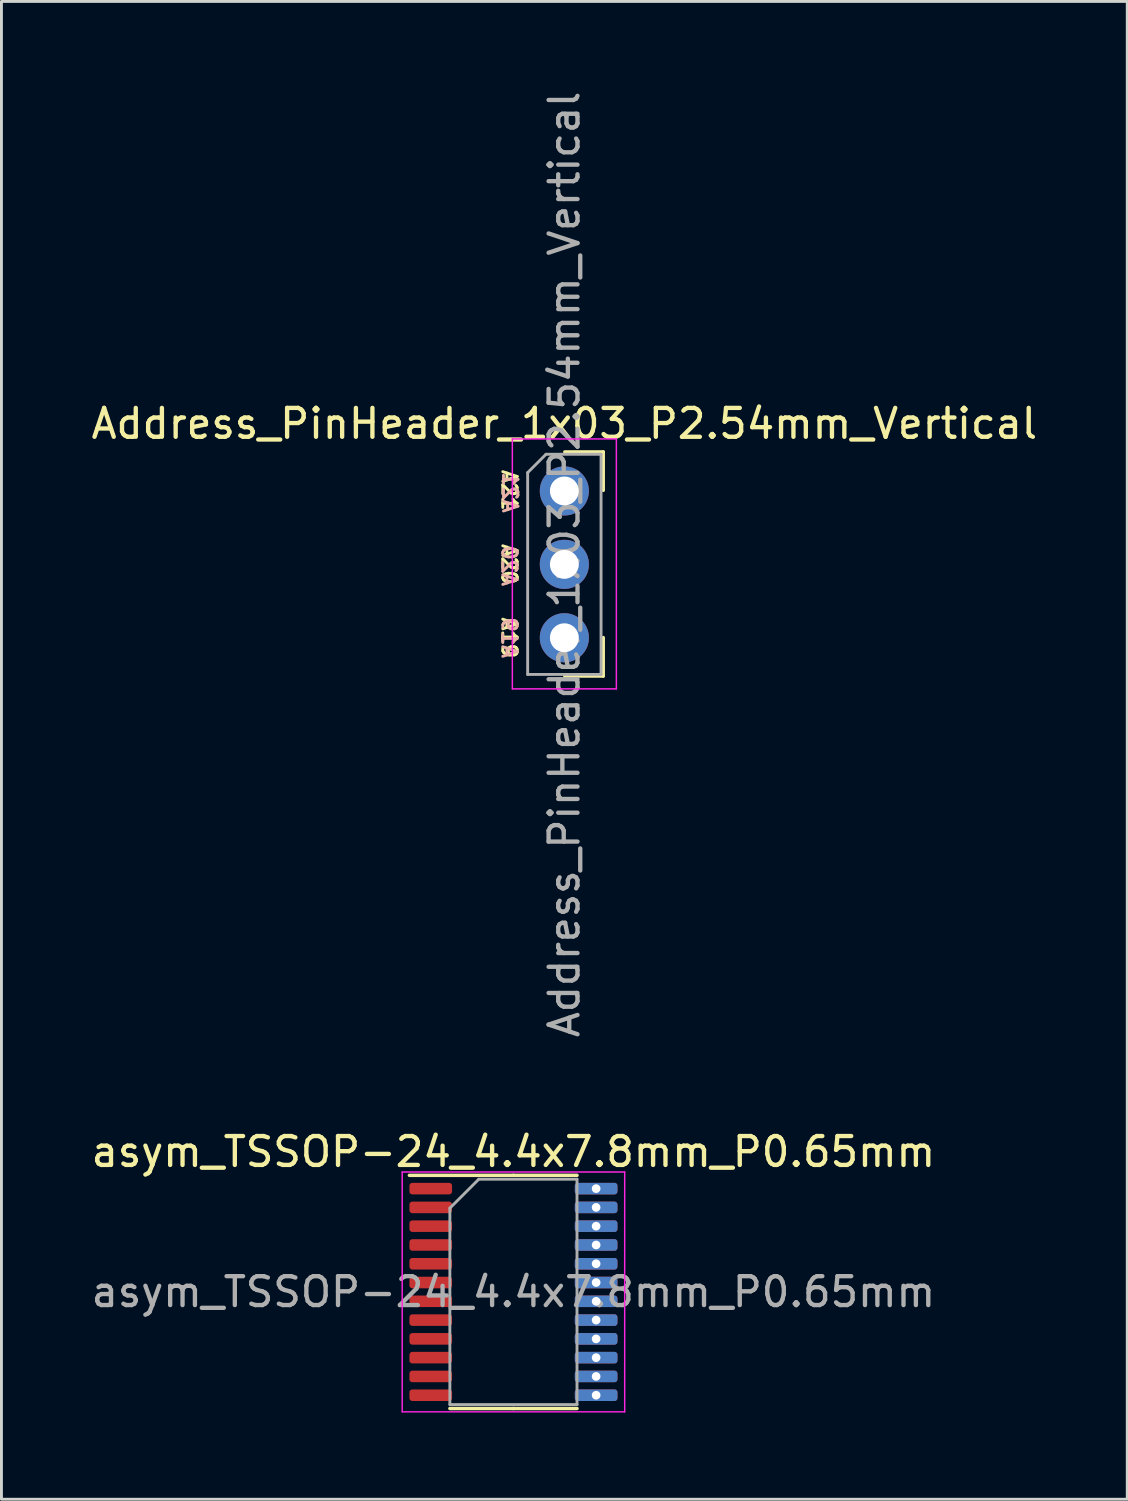
<source format=kicad_pcb>
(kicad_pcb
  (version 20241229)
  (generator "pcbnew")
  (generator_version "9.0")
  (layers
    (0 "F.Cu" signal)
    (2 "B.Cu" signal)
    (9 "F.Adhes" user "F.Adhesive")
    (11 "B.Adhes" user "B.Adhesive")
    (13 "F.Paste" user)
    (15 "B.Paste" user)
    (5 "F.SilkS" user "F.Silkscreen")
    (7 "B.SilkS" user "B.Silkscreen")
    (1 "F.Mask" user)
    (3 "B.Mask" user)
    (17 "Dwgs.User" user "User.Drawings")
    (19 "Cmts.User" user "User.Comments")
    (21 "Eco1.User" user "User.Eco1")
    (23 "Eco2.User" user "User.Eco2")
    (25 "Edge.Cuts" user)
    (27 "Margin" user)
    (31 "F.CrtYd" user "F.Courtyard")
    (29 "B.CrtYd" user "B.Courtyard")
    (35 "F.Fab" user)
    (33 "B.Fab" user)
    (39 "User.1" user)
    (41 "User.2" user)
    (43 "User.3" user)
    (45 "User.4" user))
  (footprint "Address_PinHeader_1x03_P2.54mm_Vertical"
    (layer "F.Cu")
    (at 16.482 13.942)
    (property "Reference" "Address_PinHeader_1x03_P2.54mm_Vertical" (at 0 -2.33 0) (layer "F.SilkS") (effects (font (size 1 1) (thickness 0.15))))
    (attr through_hole)
    (fp_line (start 0.016 -1.351) (end 1.346 -1.351) (stroke (width 0.12) (type solid)) (layer "F.SilkS"))
    (fp_line (start 0.016 6.405) (end 1.346 6.405) (stroke (width 0.12) (type solid)) (layer "F.SilkS"))
    (fp_line (start 1.346 -0.021) (end 1.346 -1.351) (stroke (width 0.12) (type solid)) (layer "F.SilkS"))
    (fp_line (start 1.346 6.405) (end 1.346 5.075) (stroke (width 0.12) (type solid)) (layer "F.SilkS"))
    (fp_line (start -1.8 -1.8) (end -1.8 6.85) (stroke (width 0.05) (type solid)) (layer "F.CrtYd"))
    (fp_line (start -1.8 6.85) (end 1.8 6.85) (stroke (width 0.05) (type solid)) (layer "F.CrtYd"))
    (fp_line (start 1.8 -1.8) (end -1.8 -1.8) (stroke (width 0.05) (type solid)) (layer "F.CrtYd"))
    (fp_line (start 1.8 6.85) (end 1.8 -1.8) (stroke (width 0.05) (type solid)) (layer "F.CrtYd"))
    (fp_line (start -1.27 -0.635) (end -0.635 -1.27) (stroke (width 0.1) (type solid)) (layer "F.Fab"))
    (fp_line (start -1.27 6.35) (end -1.27 -0.635) (stroke (width 0.1) (type solid)) (layer "F.Fab"))
    (fp_line (start -0.635 -1.27) (end 1.27 -1.27) (stroke (width 0.1) (type solid)) (layer "F.Fab"))
    (fp_line (start 1.27 -1.27) (end 1.27 6.35) (stroke (width 0.1) (type solid)) (layer "F.Fab"))
    (fp_line (start 1.27 6.35) (end -1.27 6.35) (stroke (width 0.1) (type solid)) (layer "F.Fab"))
    (fp_text user "A20" (at -1.905 2.54 270) (unlocked yes) (layer "F.SilkS") (effects (font (size 0.5 0.5) (thickness 0.1))))
    (fp_text user "A19" (at -1.905 5.08 270) (unlocked yes) (layer "F.SilkS") (effects (font (size 0.5 0.5) (thickness 0.1))))
    (fp_text user "A21" (at -1.905 -0.025 270) (unlocked yes) (layer "F.SilkS") (effects (font (size 0.5 0.5) (thickness 0.1))))
    (fp_text user "A21" (at -1.88 0.051 270) (unlocked yes) (layer "B.SilkS") (effects (font (size 0.5 0.5) (thickness 0.1)) (justify mirror)))
    (fp_text user "A19" (at -1.905 5.08 270) (unlocked yes) (layer "B.SilkS") (effects (font (size 0.5 0.5) (thickness 0.1)) (justify mirror)))
    (fp_text user "A20" (at -1.905 2.591 270) (unlocked yes) (layer "B.SilkS") (effects (font (size 0.5 0.5) (thickness 0.1)) (justify mirror)))
    (fp_text user "${REFERENCE}" (at 0 2.54 90) (layer "F.Fab") (effects (font (size 1 1) (thickness 0.15))))
    (pad "1" thru_hole circle (at 0 0) (size 1.7 1.7) (drill 1) (layers "*.Cu" "*.Mask"))
    (pad "2" thru_hole oval (at 0 2.54) (size 1.7 1.7) (drill 1) (layers "*.Cu" "*.Mask"))
    (pad "3" thru_hole oval (at 0 5.08) (size 1.7 1.7) (drill 1) (layers "*.Cu" "*.Mask")))
  (footprint "asym_TSSOP-24_4.4x7.8mm_P0.65mm"
    (layer "F.Cu")
    (at 14.72 41.663)
    (property "Reference" "asym_TSSOP-24_4.4x7.8mm_P0.65mm" (at 0 -4.85 0) (layer "F.SilkS") (effects (font (size 1 1) (thickness 0.15))))
    (attr smd)
    (fp_line (start 0 -4.035) (end -3.6 -4.035) (stroke (width 0.12) (type solid)) (layer "F.SilkS"))
    (fp_line (start 0 -4.035) (end 2.2 -4.035) (stroke (width 0.12) (type solid)) (layer "F.SilkS"))
    (fp_line (start 0 4.035) (end -2.2 4.035) (stroke (width 0.12) (type solid)) (layer "F.SilkS"))
    (fp_line (start 0 4.035) (end 2.2 4.035) (stroke (width 0.12) (type solid)) (layer "F.SilkS"))
    (fp_line (start -3.85 -4.15) (end -3.85 4.15) (stroke (width 0.05) (type solid)) (layer "F.CrtYd"))
    (fp_line (start -3.85 4.15) (end 3.85 4.15) (stroke (width 0.05) (type solid)) (layer "F.CrtYd"))
    (fp_line (start 3.85 -4.15) (end -3.85 -4.15) (stroke (width 0.05) (type solid)) (layer "F.CrtYd"))
    (fp_line (start 3.85 4.15) (end 3.85 -4.15) (stroke (width 0.05) (type solid)) (layer "F.CrtYd"))
    (fp_line (start -2.2 -2.9) (end -1.2 -3.9) (stroke (width 0.1) (type solid)) (layer "F.Fab"))
    (fp_line (start -2.2 3.9) (end -2.2 -2.9) (stroke (width 0.1) (type solid)) (layer "F.Fab"))
    (fp_line (start -1.2 -3.9) (end 2.2 -3.9) (stroke (width 0.1) (type solid)) (layer "F.Fab"))
    (fp_line (start 2.2 -3.9) (end 2.2 3.9) (stroke (width 0.1) (type solid)) (layer "F.Fab"))
    (fp_line (start 2.2 3.9) (end -2.2 3.9) (stroke (width 0.1) (type solid)) (layer "F.Fab"))
    (fp_text user "${REFERENCE}" (at 0 0 0) (layer "F.Fab") (effects (font (size 1 1) (thickness 0.15))))
    (pad "1" smd roundrect (at -2.862 -3.575) (size 1.475 0.4) (layers "F.Cu" "F.Mask" "F.Paste") (roundrect_rratio 0.25))
    (pad "2" smd roundrect (at -2.862 -2.925) (size 1.475 0.4) (layers "F.Cu" "F.Mask" "F.Paste") (roundrect_rratio 0.25))
    (pad "3" smd roundrect (at -2.862 -2.275) (size 1.475 0.4) (layers "F.Cu" "F.Mask" "F.Paste") (roundrect_rratio 0.25))
    (pad "4" smd roundrect (at -2.862 -1.625) (size 1.475 0.4) (layers "F.Cu" "F.Mask" "F.Paste") (roundrect_rratio 0.25))
    (pad "5" smd roundrect (at -2.862 -0.975) (size 1.475 0.4) (layers "F.Cu" "F.Mask" "F.Paste") (roundrect_rratio 0.25))
    (pad "6" smd roundrect (at -2.862 -0.325) (size 1.475 0.4) (layers "F.Cu" "F.Mask" "F.Paste") (roundrect_rratio 0.25))
    (pad "7" smd roundrect (at -2.862 0.325) (size 1.475 0.4) (layers "F.Cu" "F.Mask" "F.Paste") (roundrect_rratio 0.25))
    (pad "8" smd roundrect (at -2.862 0.975) (size 1.475 0.4) (layers "F.Cu" "F.Mask" "F.Paste") (roundrect_rratio 0.25))
    (pad "9" smd roundrect (at -2.862 1.625) (size 1.475 0.4) (layers "F.Cu" "F.Mask" "F.Paste") (roundrect_rratio 0.25))
    (pad "10" smd roundrect (at -2.862 2.275) (size 1.475 0.4) (layers "F.Cu" "F.Mask" "F.Paste") (roundrect_rratio 0.25))
    (pad "11" smd roundrect (at -2.862 2.925) (size 1.475 0.4) (layers "F.Cu" "F.Mask" "F.Paste") (roundrect_rratio 0.25))
    (pad "12" smd roundrect (at -2.862 3.575) (size 1.475 0.4) (layers "F.Cu" "F.Mask" "F.Paste") (roundrect_rratio 0.25))
    (pad "13" thru_hole roundrect (at 2.862 3.575) (size 1.475 0.4) (drill 0.3) (layers "*.Cu" "*.Mask") (roundrect_rratio 0.25))
    (pad "14" thru_hole roundrect (at 2.862 2.925) (size 1.475 0.4) (drill 0.3) (layers "*.Cu" "*.Mask") (roundrect_rratio 0.25))
    (pad "15" thru_hole roundrect (at 2.862 2.275) (size 1.475 0.4) (drill 0.3) (layers "*.Cu" "*.Mask") (roundrect_rratio 0.25))
    (pad "16" thru_hole roundrect (at 2.862 1.625) (size 1.475 0.4) (drill 0.3) (layers "*.Cu" "*.Mask") (roundrect_rratio 0.25))
    (pad "17" thru_hole roundrect (at 2.862 0.975) (size 1.475 0.4) (drill 0.3) (layers "*.Cu" "*.Mask") (roundrect_rratio 0.25))
    (pad "18" thru_hole roundrect (at 2.862 0.325) (size 1.475 0.4) (drill 0.3) (layers "*.Cu" "*.Mask") (roundrect_rratio 0.25))
    (pad "19" thru_hole roundrect (at 2.862 -0.325) (size 1.475 0.4) (drill 0.3) (layers "*.Cu" "*.Mask") (roundrect_rratio 0.25))
    (pad "20" thru_hole roundrect (at 2.862 -0.975) (size 1.475 0.4) (drill 0.3) (layers "*.Cu" "*.Mask") (roundrect_rratio 0.25))
    (pad "21" thru_hole roundrect (at 2.862 -1.625) (size 1.475 0.4) (drill 0.3) (layers "*.Cu" "*.Mask") (roundrect_rratio 0.25))
    (pad "22" thru_hole roundrect (at 2.862 -2.275) (size 1.475 0.4) (drill 0.3) (layers "*.Cu" "*.Mask") (roundrect_rratio 0.25))
    (pad "23" thru_hole roundrect (at 2.862 -2.925) (size 1.475 0.4) (drill 0.3) (layers "*.Cu" "*.Mask") (roundrect_rratio 0.25))
    (pad "24" thru_hole roundrect (at 2.862 -3.575) (size 1.475 0.4) (drill 0.3) (layers "*.Cu" "*.Mask") (roundrect_rratio 0.25)))
  (gr_rect
    (start -3 -3)
    (end 35.964 48.838)
    (stroke (width 0.1) (type default))
    (fill no)
    (layer "Edge.Cuts")))
</source>
